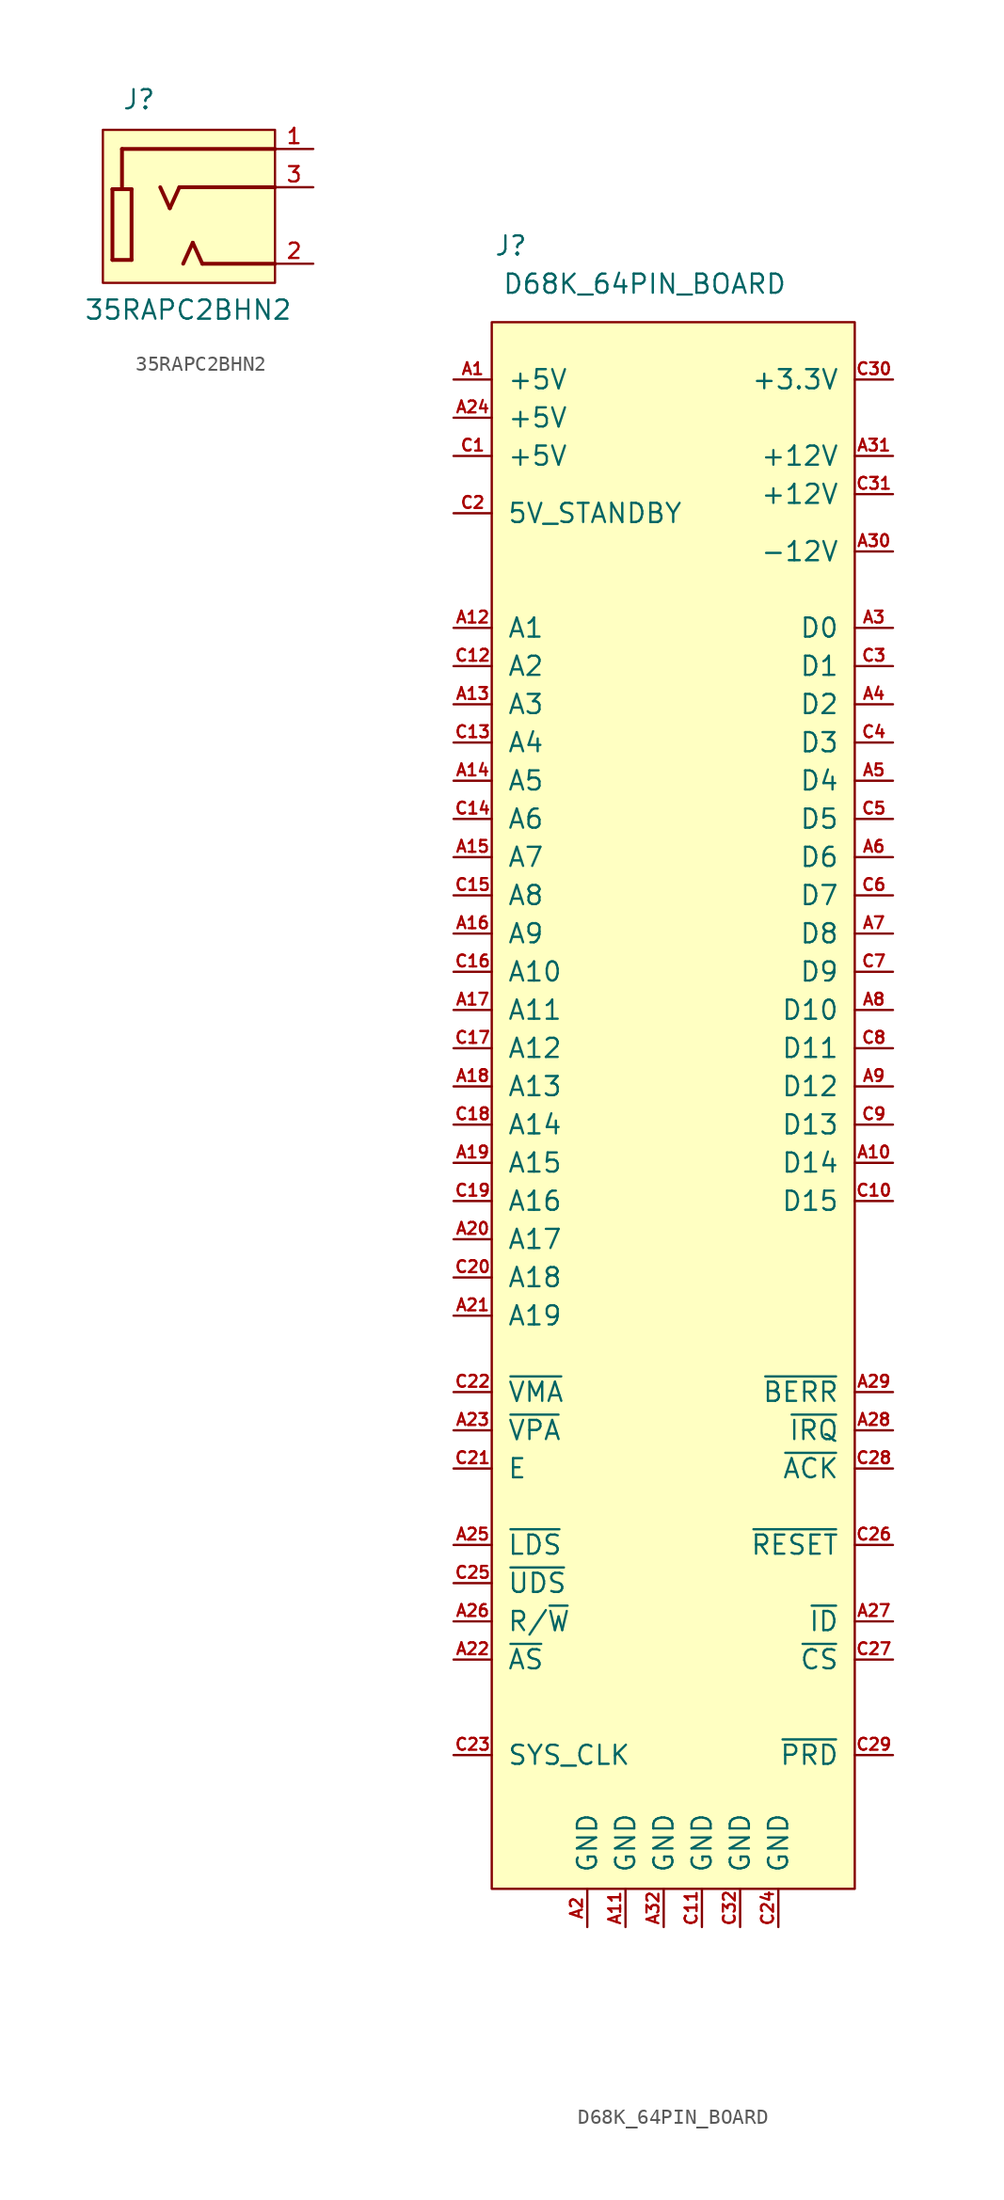
<source format=kicad_sym>
(kicad_symbol_lib
  (version 20211014)
  (generator kicad_symbol_editor)
  (symbol "35RAPC2BHN2"
    (pin_names
      (offset 1.016) hide)
    (property "Reference" "J"
      (at -5.08 7.62 0)
      (effects (font (size 1.27 1.27)) (justify left bottom)))
    (property "Value" "35RAPC2BHN2"
      (at -7.62 -6.35 0)
      (effects (font (size 1.27 1.27)) (justify left bottom)))
    (symbol "35RAPC2BHN2_0_0"
      (polyline (pts (xy -5.715 -2.286) (xy -5.715 2.413)) (stroke (width 0.254) (type default) (color 0 0 0 0)) (fill (type none)))
      (polyline (pts (xy -5.715 2.413) (xy -5.08 2.413)) (stroke (width 0.254) (type default) (color 0 0 0 0)) (fill (type none)))
      (polyline (pts (xy -5.08 2.413) (xy -4.445 2.413)) (stroke (width 0.254) (type default) (color 0 0 0 0)) (fill (type none)))
      (polyline (pts (xy -5.08 5.08) (xy -5.08 2.413)) (stroke (width 0.254) (type default) (color 0 0 0 0)) (fill (type none)))
      (polyline (pts (xy -4.445 -2.286) (xy -5.715 -2.286)) (stroke (width 0.254) (type default) (color 0 0 0 0)) (fill (type none)))
      (polyline (pts (xy -4.445 2.413) (xy -4.445 -2.286)) (stroke (width 0.254) (type default) (color 0 0 0 0)) (fill (type none)))
      (polyline (pts (xy -1.905 1.143) (xy -2.54 2.54)) (stroke (width 0.254) (type default) (color 0 0 0 0)) (fill (type none)))
      (polyline (pts (xy -1.27 2.54) (xy -1.905 1.143)) (stroke (width 0.254) (type default) (color 0 0 0 0)) (fill (type none)))
      (polyline (pts (xy -0.381 -1.143) (xy -1.016 -2.54)) (stroke (width 0.254) (type default) (color 0 0 0 0)) (fill (type none)))
      (polyline (pts (xy 0.254 -2.54) (xy -0.381 -1.143)) (stroke (width 0.254) (type default) (color 0 0 0 0)) (fill (type none)))
      (polyline (pts (xy 5.08 -2.54) (xy 0.254 -2.54)) (stroke (width 0.254) (type default) (color 0 0 0 0)) (fill (type none)))
      (polyline (pts (xy 5.08 2.54) (xy -1.27 2.54)) (stroke (width 0.254) (type default) (color 0 0 0 0)) (fill (type none)))
      (polyline (pts (xy 5.08 5.08) (xy -5.08 5.08)) (stroke (width 0.254) (type default) (color 0 0 0 0)) (fill (type none)))
      (pin passive line (at 7.62 5.08 180) (length 2.54) (name "~" (effects (font (size 1.016 1.016)))) (number "1" (effects (font (size 1.016 1.016)))))
      (pin passive line (at 7.62 -2.54 180) (length 2.54) (name "~" (effects (font (size 1.016 1.016)))) (number "2" (effects (font (size 1.016 1.016)))))
      (pin passive line (at 7.62 2.54 180) (length 2.54) (name "~" (effects (font (size 1.016 1.016)))) (number "3" (effects (font (size 1.016 1.016))))))
    (symbol "35RAPC2BHN2_1_1"
      (rectangle (start -6.35 6.35) (end 5.08 -3.81) (stroke (width 0) (type default) (color 0 0 0 0)) (fill (type background)))))
  (symbol "D68K_64PIN_BOARD"
    (pin_names
      (offset 1.016))
    (property "Reference" "J"
      (at -11.43 53.34 0)
      (effects (font (size 1.27 1.27))))
    (property "Value" "D68K_64PIN_BOARD"
      (at -2.54 50.8 0)
      (effects (font (size 1.27 1.27))))
    (symbol "D68K_64PIN_BOARD_0_1"
      (rectangle (start -12.7 48.26) (end 11.43 -55.88) (stroke (width 0) (type default) (color 0 0 0 0)) (fill (type background))))
    (symbol "D68K_64PIN_BOARD_1_1"
      (pin power_in line (at -15.24 44.45 0) (length 2.54) (name "+5V" (effects (font (size 1.27 1.27)))) (number "A1" (effects (font (size 0.787 0.787)))))
      (pin bidirectional line (at 13.97 -7.62 180) (length 2.54) (name "D14" (effects (font (size 1.27 1.27)))) (number "A10" (effects (font (size 0.787 0.787)))))
      (pin power_in line (at -3.81 -58.42 90) (length 2.54) (name "GND" (effects (font (size 1.27 1.27)))) (number "A11" (effects (font (size 0.787 0.787)))))
      (pin output line (at -15.24 27.94 0) (length 2.54) (name "A1" (effects (font (size 1.27 1.27)))) (number "A12" (effects (font (size 0.787 0.787)))))
      (pin output line (at -15.24 22.86 0) (length 2.54) (name "A3" (effects (font (size 1.27 1.27)))) (number "A13" (effects (font (size 0.787 0.787)))))
      (pin output line (at -15.24 17.78 0) (length 2.54) (name "A5" (effects (font (size 1.27 1.27)))) (number "A14" (effects (font (size 0.787 0.787)))))
      (pin output line (at -15.24 12.7 0) (length 2.54) (name "A7" (effects (font (size 1.27 1.27)))) (number "A15" (effects (font (size 0.787 0.787)))))
      (pin output line (at -15.24 7.62 0) (length 2.54) (name "A9" (effects (font (size 1.27 1.27)))) (number "A16" (effects (font (size 0.787 0.787)))))
      (pin output line (at -15.24 2.54 0) (length 2.54) (name "A11" (effects (font (size 1.27 1.27)))) (number "A17" (effects (font (size 0.787 0.787)))))
      (pin output line (at -15.24 -2.54 0) (length 2.54) (name "A13" (effects (font (size 1.27 1.27)))) (number "A18" (effects (font (size 0.787 0.787)))))
      (pin output line (at -15.24 -7.62 0) (length 2.54) (name "A15" (effects (font (size 1.27 1.27)))) (number "A19" (effects (font (size 0.787 0.787)))))
      (pin power_in line (at -6.35 -58.42 90) (length 2.54) (name "GND" (effects (font (size 1.27 1.27)))) (number "A2" (effects (font (size 0.787 0.787)))))
      (pin output line (at -15.24 -12.7 0) (length 2.54) (name "A17" (effects (font (size 1.27 1.27)))) (number "A20" (effects (font (size 0.787 0.787)))))
      (pin output line (at -15.24 -17.78 0) (length 2.54) (name "A19" (effects (font (size 1.27 1.27)))) (number "A21" (effects (font (size 0.787 0.787)))))
      (pin output line (at -15.24 -40.64 0) (length 2.54) (name "~{AS}" (effects (font (size 1.27 1.27)))) (number "A22" (effects (font (size 0.787 0.787)))))
      (pin output line (at -15.24 -25.4 0) (length 2.54) (name "~{VPA}" (effects (font (size 1.27 1.27)))) (number "A23" (effects (font (size 0.787 0.787)))))
      (pin power_in line (at -15.24 41.91 0) (length 2.54) (name "+5V" (effects (font (size 1.27 1.27)))) (number "A24" (effects (font (size 0.787 0.787)))))
      (pin output line (at -15.24 -33.02 0) (length 2.54) (name "~{LDS}" (effects (font (size 1.27 1.27)))) (number "A25" (effects (font (size 0.787 0.787)))))
      (pin output line (at -15.24 -38.1 0) (length 2.54) (name "R/~{W}" (effects (font (size 1.27 1.27)))) (number "A26" (effects (font (size 0.787 0.787)))))
      (pin output line (at 13.97 -38.1 180) (length 2.54) (name "~{ID}" (effects (font (size 1.27 1.27)))) (number "A27" (effects (font (size 0.787 0.787)))))
      (pin input line (at 13.97 -25.4 180) (length 2.54) (name "~{IRQ}" (effects (font (size 1.27 1.27)))) (number "A28" (effects (font (size 0.787 0.787)))))
      (pin input line (at 13.97 -22.86 180) (length 2.54) (name "~{BERR}" (effects (font (size 1.27 1.27)))) (number "A29" (effects (font (size 0.787 0.787)))))
      (pin bidirectional line (at 13.97 27.94 180) (length 2.54) (name "D0" (effects (font (size 1.27 1.27)))) (number "A3" (effects (font (size 0.787 0.787)))))
      (pin power_in line (at 13.97 33.02 180) (length 2.54) (name "-12V" (effects (font (size 1.27 1.27)))) (number "A30" (effects (font (size 0.787 0.787)))))
      (pin power_in line (at 13.97 39.37 180) (length 2.54) (name "+12V" (effects (font (size 1.27 1.27)))) (number "A31" (effects (font (size 0.787 0.787)))))
      (pin power_in line (at -1.27 -58.42 90) (length 2.54) (name "GND" (effects (font (size 1.27 1.27)))) (number "A32" (effects (font (size 0.787 0.787)))))
      (pin bidirectional line (at 13.97 22.86 180) (length 2.54) (name "D2" (effects (font (size 1.27 1.27)))) (number "A4" (effects (font (size 0.787 0.787)))))
      (pin bidirectional line (at 13.97 17.78 180) (length 2.54) (name "D4" (effects (font (size 1.27 1.27)))) (number "A5" (effects (font (size 0.787 0.787)))))
      (pin bidirectional line (at 13.97 12.7 180) (length 2.54) (name "D6" (effects (font (size 1.27 1.27)))) (number "A6" (effects (font (size 0.787 0.787)))))
      (pin bidirectional line (at 13.97 7.62 180) (length 2.54) (name "D8" (effects (font (size 1.27 1.27)))) (number "A7" (effects (font (size 0.787 0.787)))))
      (pin bidirectional line (at 13.97 2.54 180) (length 2.54) (name "D10" (effects (font (size 1.27 1.27)))) (number "A8" (effects (font (size 0.787 0.787)))))
      (pin bidirectional line (at 13.97 -2.54 180) (length 2.54) (name "D12" (effects (font (size 1.27 1.27)))) (number "A9" (effects (font (size 0.787 0.787)))))
      (pin power_in line (at -15.24 39.37 0) (length 2.54) (name "+5V" (effects (font (size 1.27 1.27)))) (number "C1" (effects (font (size 0.787 0.787)))))
      (pin bidirectional line (at 13.97 -10.16 180) (length 2.54) (name "D15" (effects (font (size 1.27 1.27)))) (number "C10" (effects (font (size 0.787 0.787)))))
      (pin power_in line (at 1.27 -58.42 90) (length 2.54) (name "GND" (effects (font (size 1.27 1.27)))) (number "C11" (effects (font (size 0.787 0.787)))))
      (pin output line (at -15.24 25.4 0) (length 2.54) (name "A2" (effects (font (size 1.27 1.27)))) (number "C12" (effects (font (size 0.787 0.787)))))
      (pin output line (at -15.24 20.32 0) (length 2.54) (name "A4" (effects (font (size 1.27 1.27)))) (number "C13" (effects (font (size 0.787 0.787)))))
      (pin output line (at -15.24 15.24 0) (length 2.54) (name "A6" (effects (font (size 1.27 1.27)))) (number "C14" (effects (font (size 0.787 0.787)))))
      (pin output line (at -15.24 10.16 0) (length 2.54) (name "A8" (effects (font (size 1.27 1.27)))) (number "C15" (effects (font (size 0.787 0.787)))))
      (pin output line (at -15.24 5.08 0) (length 2.54) (name "A10" (effects (font (size 1.27 1.27)))) (number "C16" (effects (font (size 0.787 0.787)))))
      (pin output line (at -15.24 0 0) (length 2.54) (name "A12" (effects (font (size 1.27 1.27)))) (number "C17" (effects (font (size 0.787 0.787)))))
      (pin output line (at -15.24 -5.08 0) (length 2.54) (name "A14" (effects (font (size 1.27 1.27)))) (number "C18" (effects (font (size 0.787 0.787)))))
      (pin output line (at -15.24 -10.16 0) (length 2.54) (name "A16" (effects (font (size 1.27 1.27)))) (number "C19" (effects (font (size 0.787 0.787)))))
      (pin power_in line (at -15.24 35.56 0) (length 2.54) (name "5V_STANDBY" (effects (font (size 1.27 1.27)))) (number "C2" (effects (font (size 0.787 0.787)))))
      (pin output line (at -15.24 -15.24 0) (length 2.54) (name "A18" (effects (font (size 1.27 1.27)))) (number "C20" (effects (font (size 0.787 0.787)))))
      (pin output line (at -15.24 -27.94 0) (length 2.54) (name "E" (effects (font (size 1.27 1.27)))) (number "C21" (effects (font (size 0.787 0.787)))))
      (pin output line (at -15.24 -22.86 0) (length 2.54) (name "~{VMA}" (effects (font (size 1.27 1.27)))) (number "C22" (effects (font (size 0.787 0.787)))))
      (pin output line (at -15.24 -46.99 0) (length 2.54) (name "SYS_CLK" (effects (font (size 1.27 1.27)))) (number "C23" (effects (font (size 0.787 0.787)))))
      (pin power_in line (at 6.35 -58.42 90) (length 2.54) (name "GND" (effects (font (size 1.27 1.27)))) (number "C24" (effects (font (size 0.787 0.787)))))
      (pin output line (at -15.24 -35.56 0) (length 2.54) (name "~{UDS}" (effects (font (size 1.27 1.27)))) (number "C25" (effects (font (size 0.787 0.787)))))
      (pin output line (at 13.97 -33.02 180) (length 2.54) (name "~{RESET}" (effects (font (size 1.27 1.27)))) (number "C26" (effects (font (size 0.787 0.787)))))
      (pin output line (at 13.97 -40.64 180) (length 2.54) (name "~{CS}" (effects (font (size 1.27 1.27)))) (number "C27" (effects (font (size 0.787 0.787)))))
      (pin input line (at 13.97 -27.94 180) (length 2.54) (name "~{ACK}" (effects (font (size 1.27 1.27)))) (number "C28" (effects (font (size 0.787 0.787)))))
      (pin passive line (at 13.97 -46.99 180) (length 2.54) (name "~{PRD}" (effects (font (size 1.27 1.27)))) (number "C29" (effects (font (size 0.787 0.787)))))
      (pin bidirectional line (at 13.97 25.4 180) (length 2.54) (name "D1" (effects (font (size 1.27 1.27)))) (number "C3" (effects (font (size 0.787 0.787)))))
      (pin power_in line (at 13.97 44.45 180) (length 2.54) (name "+3.3V" (effects (font (size 1.27 1.27)))) (number "C30" (effects (font (size 0.787 0.787)))))
      (pin power_in line (at 13.97 36.83 180) (length 2.54) (name "+12V" (effects (font (size 1.27 1.27)))) (number "C31" (effects (font (size 0.787 0.787)))))
      (pin power_in line (at 3.81 -58.42 90) (length 2.54) (name "GND" (effects (font (size 1.27 1.27)))) (number "C32" (effects (font (size 0.787 0.787)))))
      (pin bidirectional line (at 13.97 20.32 180) (length 2.54) (name "D3" (effects (font (size 1.27 1.27)))) (number "C4" (effects (font (size 0.787 0.787)))))
      (pin bidirectional line (at 13.97 15.24 180) (length 2.54) (name "D5" (effects (font (size 1.27 1.27)))) (number "C5" (effects (font (size 0.787 0.787)))))
      (pin bidirectional line (at 13.97 10.16 180) (length 2.54) (name "D7" (effects (font (size 1.27 1.27)))) (number "C6" (effects (font (size 0.787 0.787)))))
      (pin bidirectional line (at 13.97 5.08 180) (length 2.54) (name "D9" (effects (font (size 1.27 1.27)))) (number "C7" (effects (font (size 0.787 0.787)))))
      (pin bidirectional line (at 13.97 0 180) (length 2.54) (name "D11" (effects (font (size 1.27 1.27)))) (number "C8" (effects (font (size 0.787 0.787)))))
      (pin bidirectional line (at 13.97 -5.08 180) (length 2.54) (name "D13" (effects (font (size 1.27 1.27)))) (number "C9" (effects (font (size 0.787 0.787))))))))
</source>
